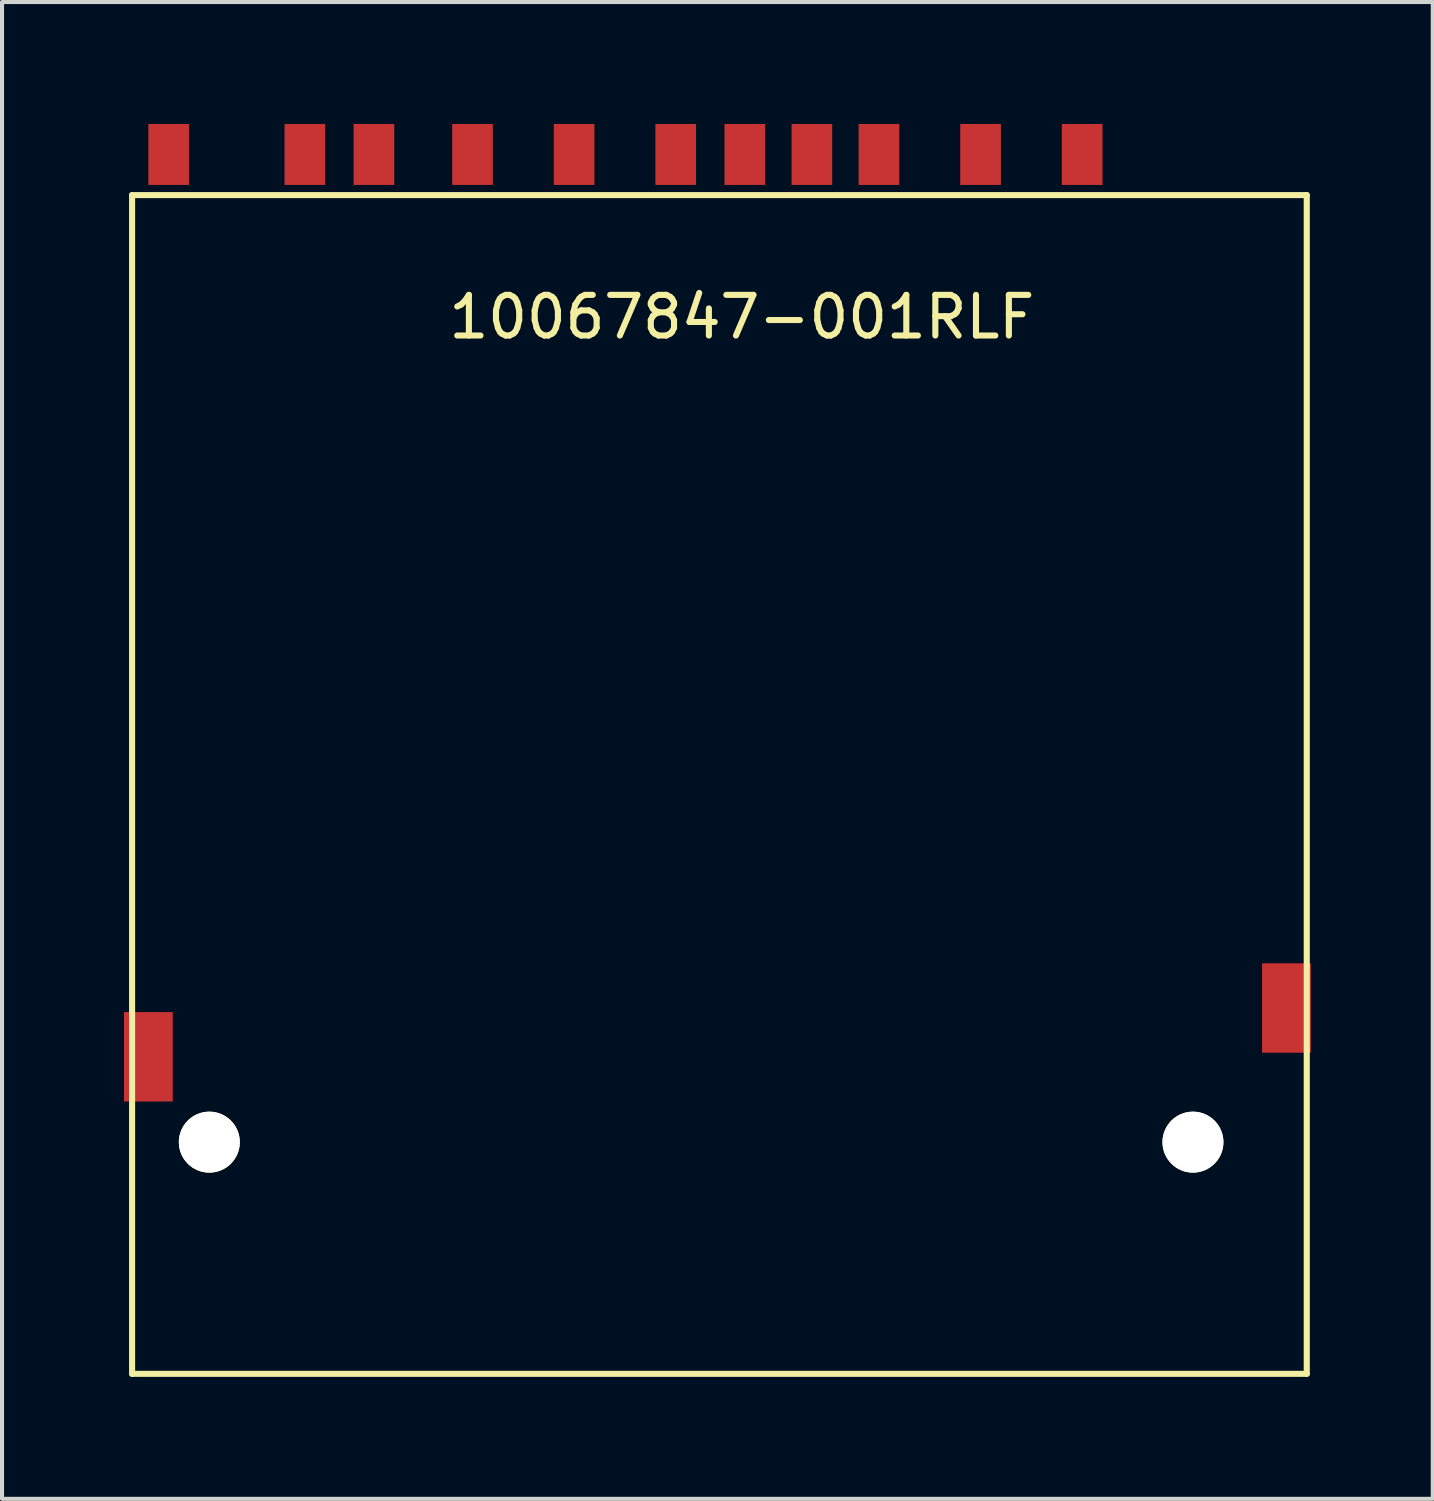
<source format=kicad_pcb>
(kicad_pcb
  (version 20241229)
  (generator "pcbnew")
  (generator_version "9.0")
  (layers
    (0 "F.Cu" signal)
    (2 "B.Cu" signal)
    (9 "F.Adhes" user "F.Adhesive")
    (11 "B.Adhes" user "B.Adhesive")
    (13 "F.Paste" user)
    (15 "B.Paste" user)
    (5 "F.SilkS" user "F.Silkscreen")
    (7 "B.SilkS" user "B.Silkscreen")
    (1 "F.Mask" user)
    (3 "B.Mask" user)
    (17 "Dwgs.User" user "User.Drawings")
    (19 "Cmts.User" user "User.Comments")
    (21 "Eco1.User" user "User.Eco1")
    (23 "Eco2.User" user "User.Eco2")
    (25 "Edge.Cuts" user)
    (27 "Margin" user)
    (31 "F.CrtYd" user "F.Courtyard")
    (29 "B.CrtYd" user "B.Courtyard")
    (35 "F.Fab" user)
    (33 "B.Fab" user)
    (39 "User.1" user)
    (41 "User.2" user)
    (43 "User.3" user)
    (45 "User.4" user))
  (footprint "10067847-001RLF"
    (layer "F.Cu")
    (at 15.2 14.75)
    (property "Reference" "10067847-001RLF" (at 0 -10 0) (layer "F.SilkS") (effects (font (size 1 1) (thickness 0.15))))
    (attr through_hole)
    (fp_line (start -15 -13) (end 13.9 -13) (stroke (width 0.15) (type solid)) (layer "F.SilkS"))
    (fp_line (start -15 16) (end -15 -13) (stroke (width 0.15) (type solid)) (layer "F.SilkS"))
    (fp_line (start -15 16) (end 13.9 16) (stroke (width 0.15) (type solid)) (layer "F.SilkS"))
    (fp_line (start 13.9 -13) (end 13.9 16) (stroke (width 0.15) (type solid)) (layer "F.SilkS"))
    (pad "" np_thru_hole circle (at -13.1 10.3) (size 1.5 1.5) (drill 1.5) (layers "*.Cu" "*.Mask" "F.SilkS"))
    (pad "" np_thru_hole circle (at 11.1 10.3) (size 1.5 1.5) (drill 1.5) (layers "*.Cu" "*.Mask" "F.SilkS"))
    (pad "1" smd rect (at 5.875 -14) (size 1 1.5) (layers "F.Cu" "F.Mask" "F.Paste"))
    (pad "2" smd rect (at 3.375 -14) (size 1 1.5) (layers "F.Cu" "F.Mask" "F.Paste"))
    (pad "3" smd rect (at 0.075 -14) (size 1 1.5) (layers "F.Cu" "F.Mask" "F.Paste"))
    (pad "4" smd rect (at -1.625 -14) (size 1 1.5) (layers "F.Cu" "F.Mask" "F.Paste"))
    (pad "5" smd rect (at -4.125 -14) (size 1 1.5) (layers "F.Cu" "F.Mask" "F.Paste"))
    (pad "6" smd rect (at -6.625 -14) (size 1 1.5) (layers "F.Cu" "F.Mask" "F.Paste"))
    (pad "7" smd rect (at -9.05 -14) (size 1 1.5) (layers "F.Cu" "F.Mask" "F.Paste"))
    (pad "8" smd rect (at -10.75 -14) (size 1 1.5) (layers "F.Cu" "F.Mask" "F.Paste"))
    (pad "9" smd rect (at 8.375 -14) (size 1 1.5) (layers "F.Cu" "F.Mask" "F.Paste"))
    (pad "10" smd rect (at 1.725 -14) (size 1 1.5) (layers "F.Cu" "F.Mask" "F.Paste"))
    (pad "11" smd rect (at -14.1 -14) (size 1 1.5) (layers "F.Cu" "F.Mask" "F.Paste"))
    (pad "12" smd rect (at -14.6 8.2) (size 1.2 2.2) (layers "F.Cu" "F.Mask" "F.Paste"))
    (pad "13" smd rect (at 13.4 7) (size 1.2 2.2) (layers "F.Cu" "F.Mask" "F.Paste")))
  (gr_rect
    (start -3 -3)
    (end 32.2 33.825)
    (stroke (width 0.1) (type default))
    (fill no)
    (layer "Edge.Cuts")))
</source>
